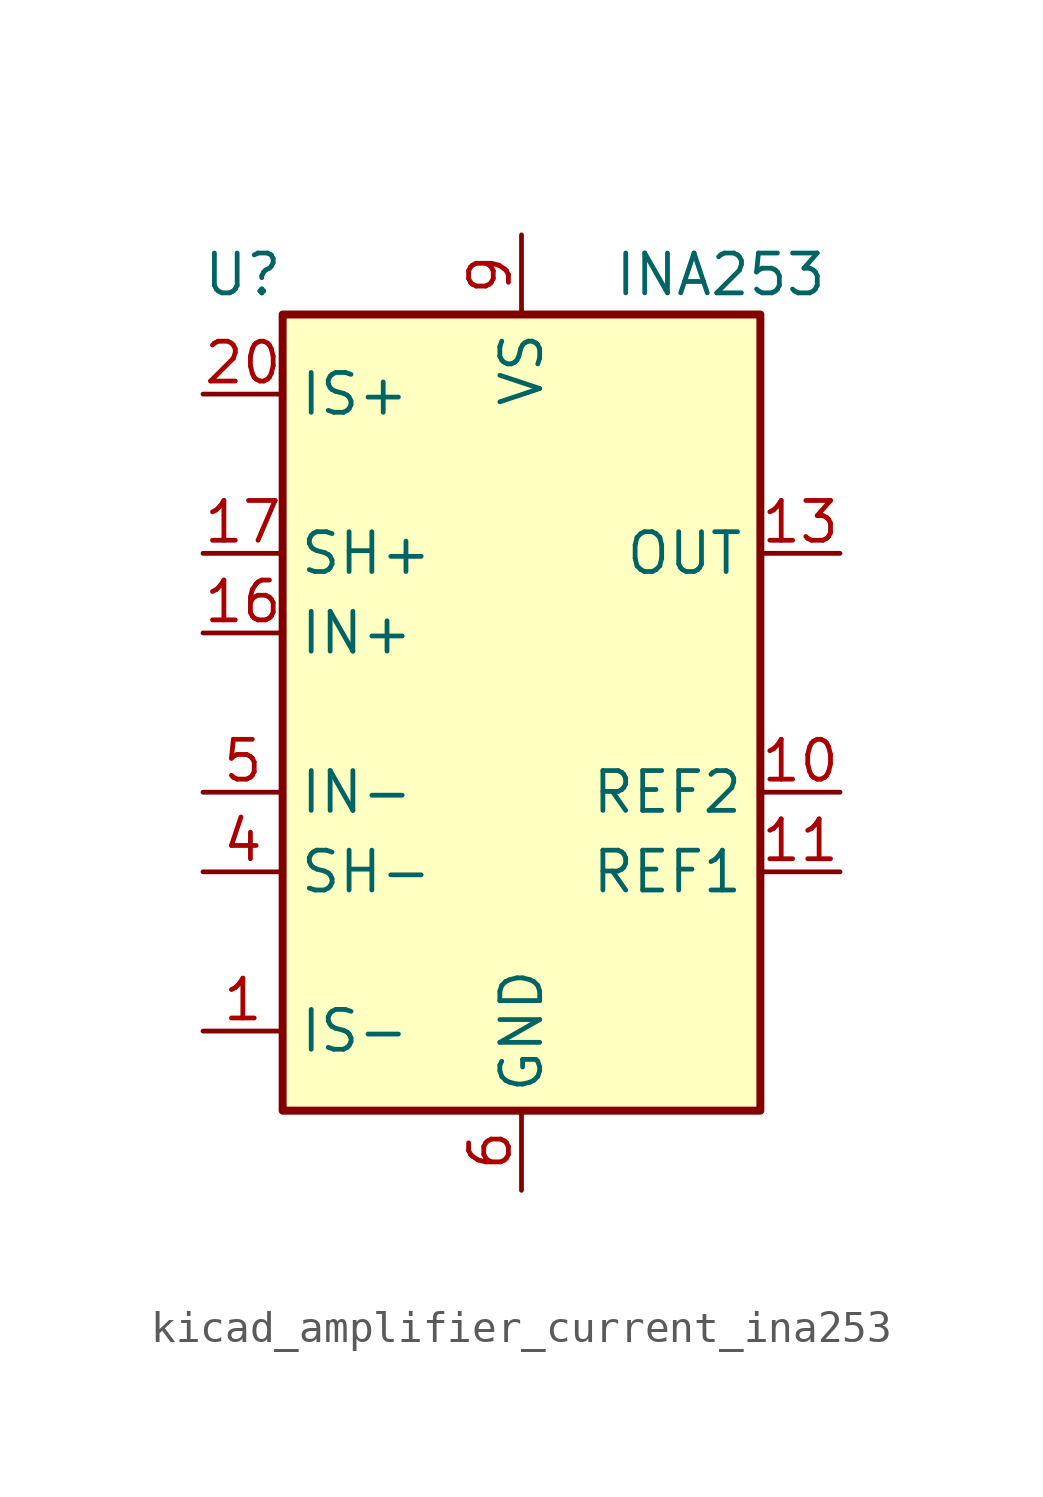
<source format=kicad_sym>
(kicad_symbol_lib
  (version 20220914)
  (generator kicad_symbol_editor)
  (symbol "kicad_amplifier_current_ina253"
    (property "Reference" "U"
      (at -8.89 13.97 0)
      (effects (font (size 1.27 1.27))))
    (property "Value" "INA253"
      (at 6.35 13.97 0)
      (effects (font (size 1.27 1.27))))
    (symbol "kicad_amplifier_current_ina253_0_1"
      (rectangle (start -7.62 12.7) (end 7.62 -12.7) (stroke (width 0.254) (type default)) (fill (type background))))
    (symbol "kicad_amplifier_current_ina253_1_1"
      (pin passive line (at -10.16 -10.16 0) (length 2.54) (name "IS-" (effects (font (size 1.27 1.27)))) (number "1" (effects (font (size 1.27 1.27)))))
      (pin passive line (at 10.16 -2.54 180) (length 2.54) (name "REF2" (effects (font (size 1.27 1.27)))) (number "10" (effects (font (size 1.27 1.27)))))
      (pin passive line (at 10.16 -5.08 180) (length 2.54) (name "REF1" (effects (font (size 1.27 1.27)))) (number "11" (effects (font (size 1.27 1.27)))))
      (pin no_connect line (at 7.62 0 180) (length 2.54) hide (name "NC" (effects (font (size 1.27 1.27)))) (number "12" (effects (font (size 1.27 1.27)))))
      (pin output line (at 10.16 5.08 180) (length 2.54) (name "OUT" (effects (font (size 1.27 1.27)))) (number "13" (effects (font (size 1.27 1.27)))))
      (pin no_connect line (at 7.62 10.16 180) (length 2.54) hide (name "DNC2" (effects (font (size 1.27 1.27)))) (number "14" (effects (font (size 1.27 1.27)))))
      (pin passive line (at 0 -15.24 90) (length 2.54) hide (name "GND" (effects (font (size 1.27 1.27)))) (number "15" (effects (font (size 1.27 1.27)))))
      (pin passive line (at -10.16 2.54 0) (length 2.54) (name "IN+" (effects (font (size 1.27 1.27)))) (number "16" (effects (font (size 1.27 1.27)))))
      (pin passive line (at -10.16 5.08 0) (length 2.54) (name "SH+" (effects (font (size 1.27 1.27)))) (number "17" (effects (font (size 1.27 1.27)))))
      (pin passive line (at -10.16 10.16 0) (length 2.54) hide (name "IS+" (effects (font (size 1.27 1.27)))) (number "18" (effects (font (size 1.27 1.27)))))
      (pin passive line (at -10.16 10.16 0) (length 2.54) hide (name "IS+" (effects (font (size 1.27 1.27)))) (number "19" (effects (font (size 1.27 1.27)))))
      (pin passive line (at -10.16 -10.16 0) (length 2.54) hide (name "IS-" (effects (font (size 1.27 1.27)))) (number "2" (effects (font (size 1.27 1.27)))))
      (pin passive line (at -10.16 10.16 0) (length 2.54) (name "IS+" (effects (font (size 1.27 1.27)))) (number "20" (effects (font (size 1.27 1.27)))))
      (pin passive line (at -10.16 -10.16 0) (length 2.54) hide (name "IS-" (effects (font (size 1.27 1.27)))) (number "3" (effects (font (size 1.27 1.27)))))
      (pin passive line (at -10.16 -5.08 0) (length 2.54) (name "SH-" (effects (font (size 1.27 1.27)))) (number "4" (effects (font (size 1.27 1.27)))))
      (pin passive line (at -10.16 -2.54 0) (length 2.54) (name "IN-" (effects (font (size 1.27 1.27)))) (number "5" (effects (font (size 1.27 1.27)))))
      (pin power_in line (at 0 -15.24 90) (length 2.54) (name "GND" (effects (font (size 1.27 1.27)))) (number "6" (effects (font (size 1.27 1.27)))))
      (pin no_connect line (at 7.62 7.62 180) (length 2.54) hide (name "DNC1" (effects (font (size 1.27 1.27)))) (number "7" (effects (font (size 1.27 1.27)))))
      (pin no_connect line (at 7.62 2.54 180) (length 2.54) hide (name "NC" (effects (font (size 1.27 1.27)))) (number "8" (effects (font (size 1.27 1.27)))))
      (pin power_in line (at 0 15.24 270) (length 2.54) (name "VS" (effects (font (size 1.27 1.27)))) (number "9" (effects (font (size 1.27 1.27))))))))
</source>
